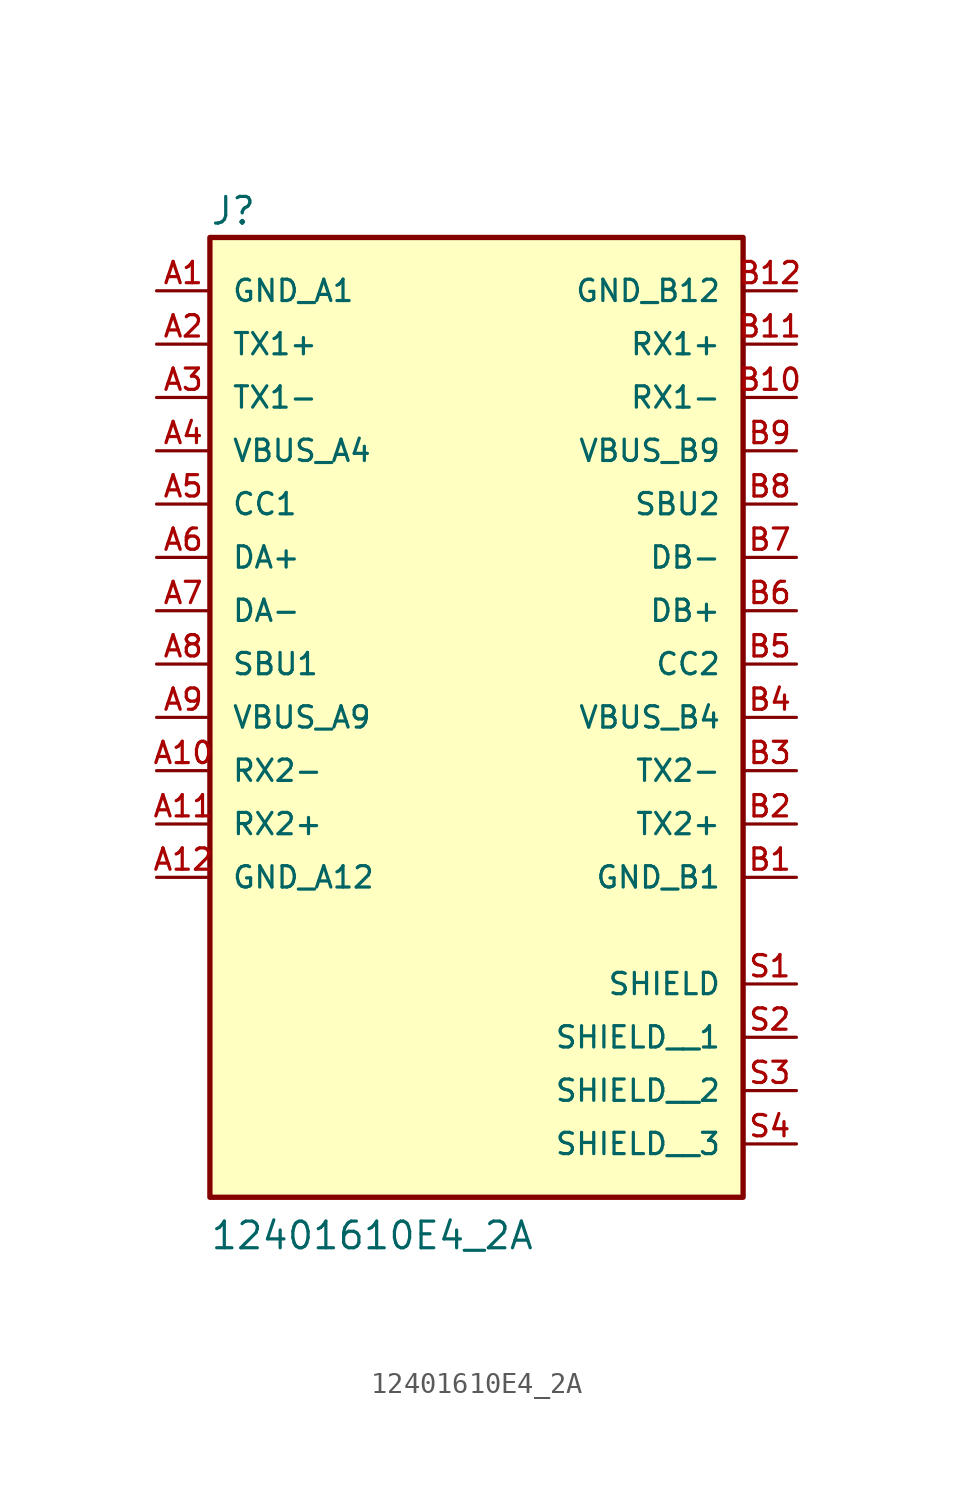
<source format=kicad_sym>
(kicad_symbol_lib
  (version 20211014)
  (generator kicad_symbol_editor)
  (symbol "12401610E4_2A"
    (pin_names
      (offset 1.016))
    (property "Reference" "J"
      (at -12.712 18.303 0)
      (effects (font (size 1.27 1.27)) (justify bottom left)))
    (property "Value" "12401610E4_2A"
      (at -12.719 -30.51 0)
      (effects (font (size 1.27 1.27)) (justify bottom left)))
    (symbol "12401610E4_2A_0_0"
      (rectangle (start -12.7 -27.94) (end 12.7 17.78) (stroke (width 0.254)) (fill (type background)))
      (pin passive line (at -15.24 15.24 0) (length 2.54) (name "GND_A1" (effects (font (size 1.016 1.016)))) (number "A1" (effects (font (size 1.016 1.016)))))
      (pin passive line (at -15.24 12.7 0) (length 2.54) (name "TX1+" (effects (font (size 1.016 1.016)))) (number "A2" (effects (font (size 1.016 1.016)))))
      (pin passive line (at -15.24 10.16 0) (length 2.54) (name "TX1-" (effects (font (size 1.016 1.016)))) (number "A3" (effects (font (size 1.016 1.016)))))
      (pin passive line (at -15.24 7.62 0) (length 2.54) (name "VBUS_A4" (effects (font (size 1.016 1.016)))) (number "A4" (effects (font (size 1.016 1.016)))))
      (pin passive line (at -15.24 5.08 0) (length 2.54) (name "CC1" (effects (font (size 1.016 1.016)))) (number "A5" (effects (font (size 1.016 1.016)))))
      (pin passive line (at -15.24 2.54 0) (length 2.54) (name "DA+" (effects (font (size 1.016 1.016)))) (number "A6" (effects (font (size 1.016 1.016)))))
      (pin passive line (at -15.24 0.0 0) (length 2.54) (name "DA-" (effects (font (size 1.016 1.016)))) (number "A7" (effects (font (size 1.016 1.016)))))
      (pin passive line (at -15.24 -2.54 0) (length 2.54) (name "SBU1" (effects (font (size 1.016 1.016)))) (number "A8" (effects (font (size 1.016 1.016)))))
      (pin passive line (at -15.24 -5.08 0) (length 2.54) (name "VBUS_A9" (effects (font (size 1.016 1.016)))) (number "A9" (effects (font (size 1.016 1.016)))))
      (pin passive line (at -15.24 -7.62 0) (length 2.54) (name "RX2-" (effects (font (size 1.016 1.016)))) (number "A10" (effects (font (size 1.016 1.016)))))
      (pin passive line (at -15.24 -10.16 0) (length 2.54) (name "RX2+" (effects (font (size 1.016 1.016)))) (number "A11" (effects (font (size 1.016 1.016)))))
      (pin passive line (at -15.24 -12.7 0) (length 2.54) (name "GND_A12" (effects (font (size 1.016 1.016)))) (number "A12" (effects (font (size 1.016 1.016)))))
      (pin passive line (at 15.24 -12.7 180.0) (length 2.54) (name "GND_B1" (effects (font (size 1.016 1.016)))) (number "B1" (effects (font (size 1.016 1.016)))))
      (pin passive line (at 15.24 -10.16 180.0) (length 2.54) (name "TX2+" (effects (font (size 1.016 1.016)))) (number "B2" (effects (font (size 1.016 1.016)))))
      (pin passive line (at 15.24 -7.62 180.0) (length 2.54) (name "TX2-" (effects (font (size 1.016 1.016)))) (number "B3" (effects (font (size 1.016 1.016)))))
      (pin passive line (at 15.24 -5.08 180.0) (length 2.54) (name "VBUS_B4" (effects (font (size 1.016 1.016)))) (number "B4" (effects (font (size 1.016 1.016)))))
      (pin passive line (at 15.24 -2.54 180.0) (length 2.54) (name "CC2" (effects (font (size 1.016 1.016)))) (number "B5" (effects (font (size 1.016 1.016)))))
      (pin passive line (at 15.24 0.0 180.0) (length 2.54) (name "DB+" (effects (font (size 1.016 1.016)))) (number "B6" (effects (font (size 1.016 1.016)))))
      (pin passive line (at 15.24 2.54 180.0) (length 2.54) (name "DB-" (effects (font (size 1.016 1.016)))) (number "B7" (effects (font (size 1.016 1.016)))))
      (pin passive line (at 15.24 5.08 180.0) (length 2.54) (name "SBU2" (effects (font (size 1.016 1.016)))) (number "B8" (effects (font (size 1.016 1.016)))))
      (pin passive line (at 15.24 7.62 180.0) (length 2.54) (name "VBUS_B9" (effects (font (size 1.016 1.016)))) (number "B9" (effects (font (size 1.016 1.016)))))
      (pin passive line (at 15.24 10.16 180.0) (length 2.54) (name "RX1-" (effects (font (size 1.016 1.016)))) (number "B10" (effects (font (size 1.016 1.016)))))
      (pin passive line (at 15.24 12.7 180.0) (length 2.54) (name "RX1+" (effects (font (size 1.016 1.016)))) (number "B11" (effects (font (size 1.016 1.016)))))
      (pin passive line (at 15.24 15.24 180.0) (length 2.54) (name "GND_B12" (effects (font (size 1.016 1.016)))) (number "B12" (effects (font (size 1.016 1.016)))))
      (pin passive line (at 15.24 -17.78 180.0) (length 2.54) (name "SHIELD" (effects (font (size 1.016 1.016)))) (number "S1" (effects (font (size 1.016 1.016)))))
      (pin passive line (at 15.24 -20.32 180.0) (length 2.54) (name "SHIELD__1" (effects (font (size 1.016 1.016)))) (number "S2" (effects (font (size 1.016 1.016)))))
      (pin passive line (at 15.24 -22.86 180.0) (length 2.54) (name "SHIELD__2" (effects (font (size 1.016 1.016)))) (number "S3" (effects (font (size 1.016 1.016)))))
      (pin passive line (at 15.24 -25.4 180.0) (length 2.54) (name "SHIELD__3" (effects (font (size 1.016 1.016)))) (number "S4" (effects (font (size 1.016 1.016))))))))
</source>
